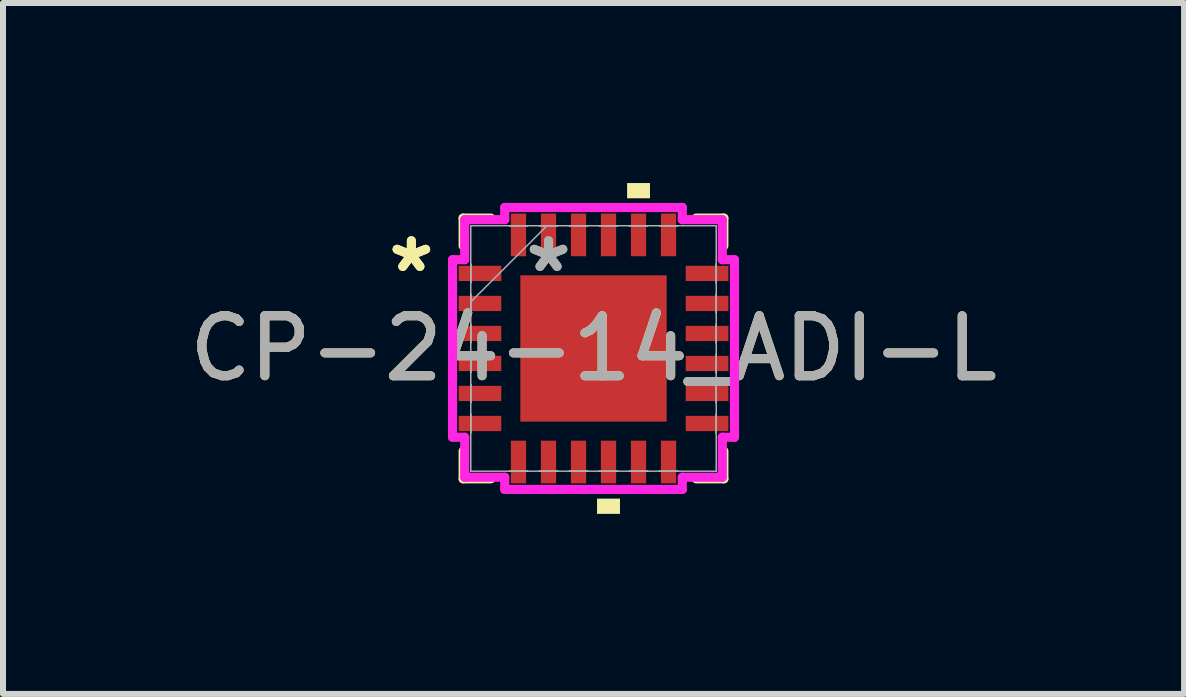
<source format=kicad_pcb>
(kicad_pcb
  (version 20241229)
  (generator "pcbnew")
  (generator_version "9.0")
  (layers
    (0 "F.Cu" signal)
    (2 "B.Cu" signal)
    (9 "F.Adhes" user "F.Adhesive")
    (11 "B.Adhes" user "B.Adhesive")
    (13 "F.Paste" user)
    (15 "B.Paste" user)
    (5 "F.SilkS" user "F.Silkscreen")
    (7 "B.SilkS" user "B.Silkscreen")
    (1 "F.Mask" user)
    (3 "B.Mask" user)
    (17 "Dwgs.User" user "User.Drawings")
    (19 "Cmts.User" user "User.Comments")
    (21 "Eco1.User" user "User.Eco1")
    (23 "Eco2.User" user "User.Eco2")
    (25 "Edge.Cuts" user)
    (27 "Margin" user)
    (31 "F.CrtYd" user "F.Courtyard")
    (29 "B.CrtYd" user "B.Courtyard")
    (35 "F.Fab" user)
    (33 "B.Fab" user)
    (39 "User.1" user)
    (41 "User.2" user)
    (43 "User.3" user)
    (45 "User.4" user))
  (footprint "CP-24-14_ADI-L"
    (layer "F.Cu")
    (at 6.839 2.756)
    (property "Reference" "CP-24-14_ADI-L" (at 0 0 0) (unlocked yes) (layer "F.SilkS") (effects (font (size 1 1) (thickness 0.15))))
    (attr smd)
    (fp_line (start -2.172 -2.172) (end -2.172 -1.71) (stroke (width 0.152) (type solid)) (layer "F.SilkS"))
    (fp_line (start -2.172 1.71) (end -2.172 2.172) (stroke (width 0.152) (type solid)) (layer "F.SilkS"))
    (fp_line (start -2.172 2.172) (end -1.71 2.172) (stroke (width 0.152) (type solid)) (layer "F.SilkS"))
    (fp_line (start -1.71 -2.172) (end -2.172 -2.172) (stroke (width 0.152) (type solid)) (layer "F.SilkS"))
    (fp_line (start 1.71 2.172) (end 2.172 2.172) (stroke (width 0.152) (type solid)) (layer "F.SilkS"))
    (fp_line (start 2.172 -2.172) (end 1.71 -2.172) (stroke (width 0.152) (type solid)) (layer "F.SilkS"))
    (fp_line (start 2.172 -1.71) (end 2.172 -2.172) (stroke (width 0.152) (type solid)) (layer "F.SilkS"))
    (fp_line (start 2.172 2.172) (end 2.172 1.71) (stroke (width 0.152) (type solid)) (layer "F.SilkS"))
    (fp_poly (pts (xy 0.059 2.502) (xy 0.059 2.756) (xy 0.441 2.756) (xy 0.441 2.502)) (stroke (width 0) (type solid)) (fill yes) (layer "F.SilkS"))
    (fp_poly (pts (xy 0.56 -2.502) (xy 0.56 -2.756) (xy 0.941 -2.756) (xy 0.941 -2.502)) (stroke (width 0) (type solid)) (fill yes) (layer "F.SilkS"))
    (fp_line (start -2.349 -1.479) (end -2.146 -1.479) (stroke (width 0.152) (type solid)) (layer "F.CrtYd"))
    (fp_line (start -2.349 1.479) (end -2.349 -1.479) (stroke (width 0.152) (type solid)) (layer "F.CrtYd"))
    (fp_line (start -2.146 -2.146) (end -1.479 -2.146) (stroke (width 0.152) (type solid)) (layer "F.CrtYd"))
    (fp_line (start -2.146 -1.479) (end -2.146 -2.146) (stroke (width 0.152) (type solid)) (layer "F.CrtYd"))
    (fp_line (start -2.146 1.479) (end -2.349 1.479) (stroke (width 0.152) (type solid)) (layer "F.CrtYd"))
    (fp_line (start -2.146 2.146) (end -2.146 1.479) (stroke (width 0.152) (type solid)) (layer "F.CrtYd"))
    (fp_line (start -1.479 -2.349) (end 1.479 -2.349) (stroke (width 0.152) (type solid)) (layer "F.CrtYd"))
    (fp_line (start -1.479 -2.146) (end -1.479 -2.349) (stroke (width 0.152) (type solid)) (layer "F.CrtYd"))
    (fp_line (start -1.479 2.146) (end -2.146 2.146) (stroke (width 0.152) (type solid)) (layer "F.CrtYd"))
    (fp_line (start -1.479 2.349) (end -1.479 2.146) (stroke (width 0.152) (type solid)) (layer "F.CrtYd"))
    (fp_line (start 1.479 -2.349) (end 1.479 -2.146) (stroke (width 0.152) (type solid)) (layer "F.CrtYd"))
    (fp_line (start 1.479 -2.146) (end 2.146 -2.146) (stroke (width 0.152) (type solid)) (layer "F.CrtYd"))
    (fp_line (start 1.479 2.146) (end 1.479 2.349) (stroke (width 0.152) (type solid)) (layer "F.CrtYd"))
    (fp_line (start 1.479 2.349) (end -1.479 2.349) (stroke (width 0.152) (type solid)) (layer "F.CrtYd"))
    (fp_line (start 2.146 -2.146) (end 2.146 -1.479) (stroke (width 0.152) (type solid)) (layer "F.CrtYd"))
    (fp_line (start 2.146 -1.479) (end 2.349 -1.479) (stroke (width 0.152) (type solid)) (layer "F.CrtYd"))
    (fp_line (start 2.146 1.479) (end 2.146 2.146) (stroke (width 0.152) (type solid)) (layer "F.CrtYd"))
    (fp_line (start 2.146 2.146) (end 1.479 2.146) (stroke (width 0.152) (type solid)) (layer "F.CrtYd"))
    (fp_line (start 2.349 -1.479) (end 2.349 1.479) (stroke (width 0.152) (type solid)) (layer "F.CrtYd"))
    (fp_line (start 2.349 1.479) (end 2.146 1.479) (stroke (width 0.152) (type solid)) (layer "F.CrtYd"))
    (fp_line (start -2.045 -2.045) (end -2.045 2.045) (stroke (width 0.025) (type solid)) (layer "F.Fab"))
    (fp_line (start -2.045 -1.402) (end -2.045 -1.402) (stroke (width 0.025) (type solid)) (layer "F.Fab"))
    (fp_line (start -2.045 -1.402) (end -2.045 -1.098) (stroke (width 0.025) (type solid)) (layer "F.Fab"))
    (fp_line (start -2.045 -1.098) (end -2.045 -1.402) (stroke (width 0.025) (type solid)) (layer "F.Fab"))
    (fp_line (start -2.045 -1.098) (end -2.045 -1.098) (stroke (width 0.025) (type solid)) (layer "F.Fab"))
    (fp_line (start -2.045 -0.902) (end -2.045 -0.902) (stroke (width 0.025) (type solid)) (layer "F.Fab"))
    (fp_line (start -2.045 -0.902) (end -2.045 -0.598) (stroke (width 0.025) (type solid)) (layer "F.Fab"))
    (fp_line (start -2.045 -0.775) (end -0.775 -2.045) (stroke (width 0.025) (type solid)) (layer "F.Fab"))
    (fp_line (start -2.045 -0.598) (end -2.045 -0.902) (stroke (width 0.025) (type solid)) (layer "F.Fab"))
    (fp_line (start -2.045 -0.598) (end -2.045 -0.598) (stroke (width 0.025) (type solid)) (layer "F.Fab"))
    (fp_line (start -2.045 -0.402) (end -2.045 -0.402) (stroke (width 0.025) (type solid)) (layer "F.Fab"))
    (fp_line (start -2.045 -0.402) (end -2.045 -0.098) (stroke (width 0.025) (type solid)) (layer "F.Fab"))
    (fp_line (start -2.045 -0.098) (end -2.045 -0.402) (stroke (width 0.025) (type solid)) (layer "F.Fab"))
    (fp_line (start -2.045 -0.098) (end -2.045 -0.098) (stroke (width 0.025) (type solid)) (layer "F.Fab"))
    (fp_line (start -2.045 0.098) (end -2.045 0.098) (stroke (width 0.025) (type solid)) (layer "F.Fab"))
    (fp_line (start -2.045 0.098) (end -2.045 0.402) (stroke (width 0.025) (type solid)) (layer "F.Fab"))
    (fp_line (start -2.045 0.402) (end -2.045 0.098) (stroke (width 0.025) (type solid)) (layer "F.Fab"))
    (fp_line (start -2.045 0.402) (end -2.045 0.402) (stroke (width 0.025) (type solid)) (layer "F.Fab"))
    (fp_line (start -2.045 0.598) (end -2.045 0.598) (stroke (width 0.025) (type solid)) (layer "F.Fab"))
    (fp_line (start -2.045 0.598) (end -2.045 0.902) (stroke (width 0.025) (type solid)) (layer "F.Fab"))
    (fp_line (start -2.045 0.902) (end -2.045 0.598) (stroke (width 0.025) (type solid)) (layer "F.Fab"))
    (fp_line (start -2.045 0.902) (end -2.045 0.902) (stroke (width 0.025) (type solid)) (layer "F.Fab"))
    (fp_line (start -2.045 1.098) (end -2.045 1.098) (stroke (width 0.025) (type solid)) (layer "F.Fab"))
    (fp_line (start -2.045 1.098) (end -2.045 1.402) (stroke (width 0.025) (type solid)) (layer "F.Fab"))
    (fp_line (start -2.045 1.402) (end -2.045 1.098) (stroke (width 0.025) (type solid)) (layer "F.Fab"))
    (fp_line (start -2.045 1.402) (end -2.045 1.402) (stroke (width 0.025) (type solid)) (layer "F.Fab"))
    (fp_line (start -2.045 2.045) (end 2.045 2.045) (stroke (width 0.025) (type solid)) (layer "F.Fab"))
    (fp_line (start -1.402 -2.045) (end -1.402 -2.045) (stroke (width 0.025) (type solid)) (layer "F.Fab"))
    (fp_line (start -1.402 -2.045) (end -1.098 -2.045) (stroke (width 0.025) (type solid)) (layer "F.Fab"))
    (fp_line (start -1.402 2.045) (end -1.402 2.045) (stroke (width 0.025) (type solid)) (layer "F.Fab"))
    (fp_line (start -1.402 2.045) (end -1.098 2.045) (stroke (width 0.025) (type solid)) (layer "F.Fab"))
    (fp_line (start -1.098 -2.045) (end -1.402 -2.045) (stroke (width 0.025) (type solid)) (layer "F.Fab"))
    (fp_line (start -1.098 -2.045) (end -1.098 -2.045) (stroke (width 0.025) (type solid)) (layer "F.Fab"))
    (fp_line (start -1.098 2.045) (end -1.402 2.045) (stroke (width 0.025) (type solid)) (layer "F.Fab"))
    (fp_line (start -1.098 2.045) (end -1.098 2.045) (stroke (width 0.025) (type solid)) (layer "F.Fab"))
    (fp_line (start -0.902 -2.045) (end -0.902 -2.045) (stroke (width 0.025) (type solid)) (layer "F.Fab"))
    (fp_line (start -0.902 -2.045) (end -0.598 -2.045) (stroke (width 0.025) (type solid)) (layer "F.Fab"))
    (fp_line (start -0.902 2.045) (end -0.902 2.045) (stroke (width 0.025) (type solid)) (layer "F.Fab"))
    (fp_line (start -0.902 2.045) (end -0.598 2.045) (stroke (width 0.025) (type solid)) (layer "F.Fab"))
    (fp_line (start -0.598 -2.045) (end -0.902 -2.045) (stroke (width 0.025) (type solid)) (layer "F.Fab"))
    (fp_line (start -0.598 -2.045) (end -0.598 -2.045) (stroke (width 0.025) (type solid)) (layer "F.Fab"))
    (fp_line (start -0.598 2.045) (end -0.902 2.045) (stroke (width 0.025) (type solid)) (layer "F.Fab"))
    (fp_line (start -0.598 2.045) (end -0.598 2.045) (stroke (width 0.025) (type solid)) (layer "F.Fab"))
    (fp_line (start -0.402 -2.045) (end -0.402 -2.045) (stroke (width 0.025) (type solid)) (layer "F.Fab"))
    (fp_line (start -0.402 -2.045) (end -0.098 -2.045) (stroke (width 0.025) (type solid)) (layer "F.Fab"))
    (fp_line (start -0.402 2.045) (end -0.402 2.045) (stroke (width 0.025) (type solid)) (layer "F.Fab"))
    (fp_line (start -0.402 2.045) (end -0.098 2.045) (stroke (width 0.025) (type solid)) (layer "F.Fab"))
    (fp_line (start -0.098 -2.045) (end -0.402 -2.045) (stroke (width 0.025) (type solid)) (layer "F.Fab"))
    (fp_line (start -0.098 -2.045) (end -0.098 -2.045) (stroke (width 0.025) (type solid)) (layer "F.Fab"))
    (fp_line (start -0.098 2.045) (end -0.402 2.045) (stroke (width 0.025) (type solid)) (layer "F.Fab"))
    (fp_line (start -0.098 2.045) (end -0.098 2.045) (stroke (width 0.025) (type solid)) (layer "F.Fab"))
    (fp_line (start 0.098 -2.045) (end 0.098 -2.045) (stroke (width 0.025) (type solid)) (layer "F.Fab"))
    (fp_line (start 0.098 -2.045) (end 0.402 -2.045) (stroke (width 0.025) (type solid)) (layer "F.Fab"))
    (fp_line (start 0.098 2.045) (end 0.098 2.045) (stroke (width 0.025) (type solid)) (layer "F.Fab"))
    (fp_line (start 0.098 2.045) (end 0.402 2.045) (stroke (width 0.025) (type solid)) (layer "F.Fab"))
    (fp_line (start 0.402 -2.045) (end 0.098 -2.045) (stroke (width 0.025) (type solid)) (layer "F.Fab"))
    (fp_line (start 0.402 -2.045) (end 0.402 -2.045) (stroke (width 0.025) (type solid)) (layer "F.Fab"))
    (fp_line (start 0.402 2.045) (end 0.098 2.045) (stroke (width 0.025) (type solid)) (layer "F.Fab"))
    (fp_line (start 0.402 2.045) (end 0.402 2.045) (stroke (width 0.025) (type solid)) (layer "F.Fab"))
    (fp_line (start 0.598 -2.045) (end 0.598 -2.045) (stroke (width 0.025) (type solid)) (layer "F.Fab"))
    (fp_line (start 0.598 -2.045) (end 0.902 -2.045) (stroke (width 0.025) (type solid)) (layer "F.Fab"))
    (fp_line (start 0.598 2.045) (end 0.598 2.045) (stroke (width 0.025) (type solid)) (layer "F.Fab"))
    (fp_line (start 0.598 2.045) (end 0.902 2.045) (stroke (width 0.025) (type solid)) (layer "F.Fab"))
    (fp_line (start 0.902 -2.045) (end 0.598 -2.045) (stroke (width 0.025) (type solid)) (layer "F.Fab"))
    (fp_line (start 0.902 -2.045) (end 0.902 -2.045) (stroke (width 0.025) (type solid)) (layer "F.Fab"))
    (fp_line (start 0.902 2.045) (end 0.598 2.045) (stroke (width 0.025) (type solid)) (layer "F.Fab"))
    (fp_line (start 0.902 2.045) (end 0.902 2.045) (stroke (width 0.025) (type solid)) (layer "F.Fab"))
    (fp_line (start 1.098 -2.045) (end 1.098 -2.045) (stroke (width 0.025) (type solid)) (layer "F.Fab"))
    (fp_line (start 1.098 -2.045) (end 1.402 -2.045) (stroke (width 0.025) (type solid)) (layer "F.Fab"))
    (fp_line (start 1.098 2.045) (end 1.098 2.045) (stroke (width 0.025) (type solid)) (layer "F.Fab"))
    (fp_line (start 1.098 2.045) (end 1.402 2.045) (stroke (width 0.025) (type solid)) (layer "F.Fab"))
    (fp_line (start 1.402 -2.045) (end 1.098 -2.045) (stroke (width 0.025) (type solid)) (layer "F.Fab"))
    (fp_line (start 1.402 -2.045) (end 1.402 -2.045) (stroke (width 0.025) (type solid)) (layer "F.Fab"))
    (fp_line (start 1.402 2.045) (end 1.098 2.045) (stroke (width 0.025) (type solid)) (layer "F.Fab"))
    (fp_line (start 1.402 2.045) (end 1.402 2.045) (stroke (width 0.025) (type solid)) (layer "F.Fab"))
    (fp_line (start 2.045 -2.045) (end -2.045 -2.045) (stroke (width 0.025) (type solid)) (layer "F.Fab"))
    (fp_line (start 2.045 -1.402) (end 2.045 -1.402) (stroke (width 0.025) (type solid)) (layer "F.Fab"))
    (fp_line (start 2.045 -1.402) (end 2.045 -1.098) (stroke (width 0.025) (type solid)) (layer "F.Fab"))
    (fp_line (start 2.045 -1.098) (end 2.045 -1.402) (stroke (width 0.025) (type solid)) (layer "F.Fab"))
    (fp_line (start 2.045 -1.098) (end 2.045 -1.098) (stroke (width 0.025) (type solid)) (layer "F.Fab"))
    (fp_line (start 2.045 -0.902) (end 2.045 -0.902) (stroke (width 0.025) (type solid)) (layer "F.Fab"))
    (fp_line (start 2.045 -0.902) (end 2.045 -0.598) (stroke (width 0.025) (type solid)) (layer "F.Fab"))
    (fp_line (start 2.045 -0.598) (end 2.045 -0.902) (stroke (width 0.025) (type solid)) (layer "F.Fab"))
    (fp_line (start 2.045 -0.598) (end 2.045 -0.598) (stroke (width 0.025) (type solid)) (layer "F.Fab"))
    (fp_line (start 2.045 -0.402) (end 2.045 -0.402) (stroke (width 0.025) (type solid)) (layer "F.Fab"))
    (fp_line (start 2.045 -0.402) (end 2.045 -0.098) (stroke (width 0.025) (type solid)) (layer "F.Fab"))
    (fp_line (start 2.045 -0.098) (end 2.045 -0.402) (stroke (width 0.025) (type solid)) (layer "F.Fab"))
    (fp_line (start 2.045 -0.098) (end 2.045 -0.098) (stroke (width 0.025) (type solid)) (layer "F.Fab"))
    (fp_line (start 2.045 0.098) (end 2.045 0.098) (stroke (width 0.025) (type solid)) (layer "F.Fab"))
    (fp_line (start 2.045 0.098) (end 2.045 0.402) (stroke (width 0.025) (type solid)) (layer "F.Fab"))
    (fp_line (start 2.045 0.402) (end 2.045 0.098) (stroke (width 0.025) (type solid)) (layer "F.Fab"))
    (fp_line (start 2.045 0.402) (end 2.045 0.402) (stroke (width 0.025) (type solid)) (layer "F.Fab"))
    (fp_line (start 2.045 0.598) (end 2.045 0.598) (stroke (width 0.025) (type solid)) (layer "F.Fab"))
    (fp_line (start 2.045 0.598) (end 2.045 0.902) (stroke (width 0.025) (type solid)) (layer "F.Fab"))
    (fp_line (start 2.045 0.902) (end 2.045 0.598) (stroke (width 0.025) (type solid)) (layer "F.Fab"))
    (fp_line (start 2.045 0.902) (end 2.045 0.902) (stroke (width 0.025) (type solid)) (layer "F.Fab"))
    (fp_line (start 2.045 1.098) (end 2.045 1.098) (stroke (width 0.025) (type solid)) (layer "F.Fab"))
    (fp_line (start 2.045 1.098) (end 2.045 1.402) (stroke (width 0.025) (type solid)) (layer "F.Fab"))
    (fp_line (start 2.045 1.402) (end 2.045 1.098) (stroke (width 0.025) (type solid)) (layer "F.Fab"))
    (fp_line (start 2.045 1.402) (end 2.045 1.402) (stroke (width 0.025) (type solid)) (layer "F.Fab"))
    (fp_line (start 2.045 2.045) (end 2.045 -2.045) (stroke (width 0.025) (type solid)) (layer "F.Fab"))
    (fp_text user "*" (at -3.035 -1.25 0) (unlocked yes) (layer "F.SilkS") (effects (font (size 1 1) (thickness 0.15))))
    (fp_text user "*" (at -3.035 -1.25 0) (layer "F.SilkS") (effects (font (size 1 1) (thickness 0.15))))
    (fp_text user "*" (at -0.749 -1.25 0) (unlocked yes) (layer "F.Fab") (effects (font (size 1 1) (thickness 0.15))))
    (fp_text user "*" (at -0.749 -1.25 0) (layer "F.Fab") (effects (font (size 1 1) (thickness 0.15))))
    (fp_text user "${REFERENCE}" (at 0 0 0) (unlocked yes) (layer "F.Fab") (effects (font (size 1 1) (thickness 0.15))))
    (pad "1" smd rect (at -1.892 -1.25 90) (size 0.254 0.711) (layers "F.Cu" "F.Mask" "F.Paste"))
    (pad "2" smd rect (at -1.892 -0.75 90) (size 0.254 0.711) (layers "F.Cu" "F.Mask" "F.Paste"))
    (pad "3" smd rect (at -1.892 -0.25 90) (size 0.254 0.711) (layers "F.Cu" "F.Mask" "F.Paste"))
    (pad "4" smd rect (at -1.892 0.25 90) (size 0.254 0.711) (layers "F.Cu" "F.Mask" "F.Paste"))
    (pad "5" smd rect (at -1.892 0.75 90) (size 0.254 0.711) (layers "F.Cu" "F.Mask" "F.Paste"))
    (pad "6" smd rect (at -1.892 1.25 90) (size 0.254 0.711) (layers "F.Cu" "F.Mask" "F.Paste"))
    (pad "7" smd rect (at -1.25 1.892) (size 0.254 0.711) (layers "F.Cu" "F.Mask" "F.Paste"))
    (pad "8" smd rect (at -0.75 1.892) (size 0.254 0.711) (layers "F.Cu" "F.Mask" "F.Paste"))
    (pad "9" smd rect (at -0.25 1.892) (size 0.254 0.711) (layers "F.Cu" "F.Mask" "F.Paste"))
    (pad "10" smd rect (at 0.25 1.892) (size 0.254 0.711) (layers "F.Cu" "F.Mask" "F.Paste"))
    (pad "11" smd rect (at 0.75 1.892) (size 0.254 0.711) (layers "F.Cu" "F.Mask" "F.Paste"))
    (pad "12" smd rect (at 1.25 1.892) (size 0.254 0.711) (layers "F.Cu" "F.Mask" "F.Paste"))
    (pad "13" smd rect (at 1.892 1.25 90) (size 0.254 0.711) (layers "F.Cu" "F.Mask" "F.Paste"))
    (pad "14" smd rect (at 1.892 0.75 90) (size 0.254 0.711) (layers "F.Cu" "F.Mask" "F.Paste"))
    (pad "15" smd rect (at 1.892 0.25 90) (size 0.254 0.711) (layers "F.Cu" "F.Mask" "F.Paste"))
    (pad "16" smd rect (at 1.892 -0.25 90) (size 0.254 0.711) (layers "F.Cu" "F.Mask" "F.Paste"))
    (pad "17" smd rect (at 1.892 -0.75 90) (size 0.254 0.711) (layers "F.Cu" "F.Mask" "F.Paste"))
    (pad "18" smd rect (at 1.892 -1.25 90) (size 0.254 0.711) (layers "F.Cu" "F.Mask" "F.Paste"))
    (pad "19" smd rect (at 1.25 -1.892) (size 0.254 0.711) (layers "F.Cu" "F.Mask" "F.Paste"))
    (pad "20" smd rect (at 0.75 -1.892) (size 0.254 0.711) (layers "F.Cu" "F.Mask" "F.Paste"))
    (pad "21" smd rect (at 0.25 -1.892) (size 0.254 0.711) (layers "F.Cu" "F.Mask" "F.Paste"))
    (pad "22" smd rect (at -0.25 -1.892) (size 0.254 0.711) (layers "F.Cu" "F.Mask" "F.Paste"))
    (pad "23" smd rect (at -0.75 -1.892) (size 0.254 0.711) (layers "F.Cu" "F.Mask" "F.Paste"))
    (pad "24" smd rect (at -1.25 -1.892) (size 0.254 0.711) (layers "F.Cu" "F.Mask" "F.Paste"))
    (pad "25" smd rect (at 0 0) (size 2.438 2.438) (layers "F.Cu" "F.Mask" "F.Paste")))
  (gr_rect
    (start -3 -3)
    (end 16.679 8.512)
    (stroke (width 0.1) (type default))
    (fill no)
    (layer "Edge.Cuts")))
</source>
